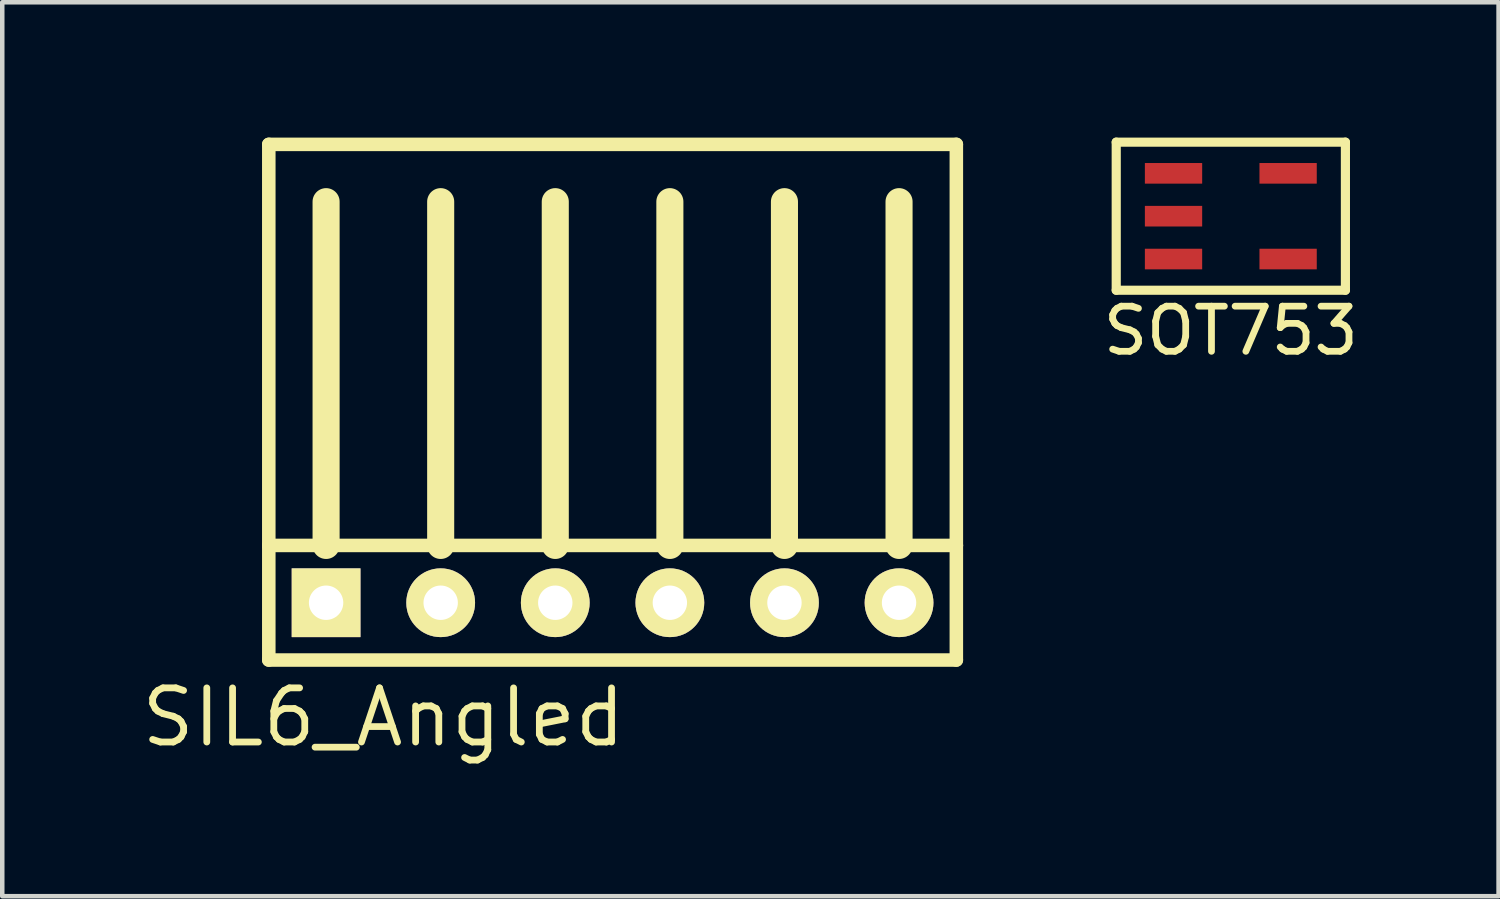
<source format=kicad_pcb>
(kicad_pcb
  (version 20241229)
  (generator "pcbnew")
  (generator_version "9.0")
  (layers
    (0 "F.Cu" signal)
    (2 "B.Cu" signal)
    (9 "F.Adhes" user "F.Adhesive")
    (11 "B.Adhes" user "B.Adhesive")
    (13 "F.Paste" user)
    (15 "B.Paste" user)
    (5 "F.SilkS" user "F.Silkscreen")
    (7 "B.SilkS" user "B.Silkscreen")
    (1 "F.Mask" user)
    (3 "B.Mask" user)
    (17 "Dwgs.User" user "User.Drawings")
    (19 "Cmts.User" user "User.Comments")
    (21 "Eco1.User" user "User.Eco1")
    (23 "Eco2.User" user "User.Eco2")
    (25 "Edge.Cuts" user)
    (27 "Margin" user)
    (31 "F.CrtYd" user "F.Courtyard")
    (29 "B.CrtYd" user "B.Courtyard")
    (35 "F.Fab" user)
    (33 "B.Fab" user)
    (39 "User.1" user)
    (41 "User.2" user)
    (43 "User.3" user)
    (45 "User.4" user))
  (footprint "SIL6_Angled"
    (layer "F.Cu")
    (at 4.178 10.31)
    (property "Reference" "SIL6_Angled" (at 1.27 2.54 0) (layer "F.SilkS") (effects (font (size 1.2 1.2) (thickness 0.15))))
    (attr through_hole)
    (fp_line (start -1.27 -10.16) (end 13.97 -10.16) (stroke (width 0.3) (type solid)) (layer "F.SilkS"))
    (fp_line (start -1.27 -1.27) (end -1.27 -10.16) (stroke (width 0.3) (type solid)) (layer "F.SilkS"))
    (fp_line (start -1.27 -1.27) (end 13.97 -1.27) (stroke (width 0.3) (type solid)) (layer "F.SilkS"))
    (fp_line (start -1.27 1.27) (end -1.27 -1.27) (stroke (width 0.3) (type solid)) (layer "F.SilkS"))
    (fp_line (start 0 -1.27) (end 0 -8.89) (stroke (width 0.6) (type solid)) (layer "F.SilkS"))
    (fp_line (start 2.54 -1.27) (end 2.54 -8.89) (stroke (width 0.6) (type solid)) (layer "F.SilkS"))
    (fp_line (start 5.08 -1.27) (end 5.08 -8.89) (stroke (width 0.6) (type solid)) (layer "F.SilkS"))
    (fp_line (start 7.62 -1.27) (end 7.62 -8.89) (stroke (width 0.6) (type solid)) (layer "F.SilkS"))
    (fp_line (start 10.16 -1.27) (end 10.16 -8.89) (stroke (width 0.6) (type solid)) (layer "F.SilkS"))
    (fp_line (start 12.7 -1.27) (end 12.7 -8.89) (stroke (width 0.6) (type solid)) (layer "F.SilkS"))
    (fp_line (start 13.97 -10.16) (end 13.97 -1.27) (stroke (width 0.3) (type solid)) (layer "F.SilkS"))
    (fp_line (start 13.97 -1.27) (end 13.97 1.27) (stroke (width 0.3) (type solid)) (layer "F.SilkS"))
    (fp_line (start 13.97 1.27) (end -1.27 1.27) (stroke (width 0.3) (type solid)) (layer "F.SilkS"))
    (pad "1" thru_hole rect (at 0 0) (size 1.524 1.524) (drill 0.762) (layers "*.Cu" "*.Mask" "F.SilkS"))
    (pad "2" thru_hole circle (at 2.54 0) (size 1.524 1.524) (drill 0.762) (layers "*.Cu" "*.Mask" "F.SilkS"))
    (pad "3" thru_hole circle (at 5.08 0) (size 1.524 1.524) (drill 0.762) (layers "*.Cu" "*.Mask" "F.SilkS"))
    (pad "4" thru_hole circle (at 7.62 0) (size 1.524 1.524) (drill 0.762) (layers "*.Cu" "*.Mask" "F.SilkS"))
    (pad "5" thru_hole circle (at 10.16 0) (size 1.524 1.524) (drill 0.762) (layers "*.Cu" "*.Mask" "F.SilkS"))
    (pad "6" thru_hole circle (at 12.7 0) (size 1.524 1.524) (drill 0.762) (layers "*.Cu" "*.Mask" "F.SilkS")))
  (footprint "SOT753"
    (layer "F.Cu")
    (at 24.232 1.742)
    (property "Reference" "SOT753" (at 0 2.54 0) (layer "F.SilkS") (effects (font (size 1 1) (thickness 0.15))))
    (attr through_hole)
    (fp_line (start -2.54 -1.641) (end -2.54 1.641) (stroke (width 0.203) (type solid)) (layer "F.SilkS"))
    (fp_line (start -2.54 -1.641) (end 2.54 -1.641) (stroke (width 0.203) (type solid)) (layer "F.SilkS"))
    (fp_line (start -2.54 1.641) (end 2.54 1.641) (stroke (width 0.203) (type solid)) (layer "F.SilkS"))
    (fp_line (start 2.54 -1.641) (end 2.54 1.641) (stroke (width 0.203) (type solid)) (layer "F.SilkS"))
    (pad "1" smd rect (at -1.27 -0.95) (size 1.27 0.457) (layers "F.Cu" "F.Mask" "F.Paste"))
    (pad "2" smd rect (at -1.27 0) (size 1.27 0.457) (layers "F.Cu" "F.Mask" "F.Paste"))
    (pad "3" smd rect (at -1.27 0.95) (size 1.27 0.457) (layers "F.Cu" "F.Mask" "F.Paste"))
    (pad "4" smd rect (at 1.27 0.95) (size 1.27 0.457) (layers "F.Cu" "F.Mask" "F.Paste"))
    (pad "5" smd rect (at 1.27 -0.95) (size 1.27 0.457) (layers "F.Cu" "F.Mask" "F.Paste")))
  (gr_rect
    (start -3 -3)
    (end 30.167 16.815)
    (stroke (width 0.1) (type default))
    (fill no)
    (layer "Edge.Cuts")))
</source>
